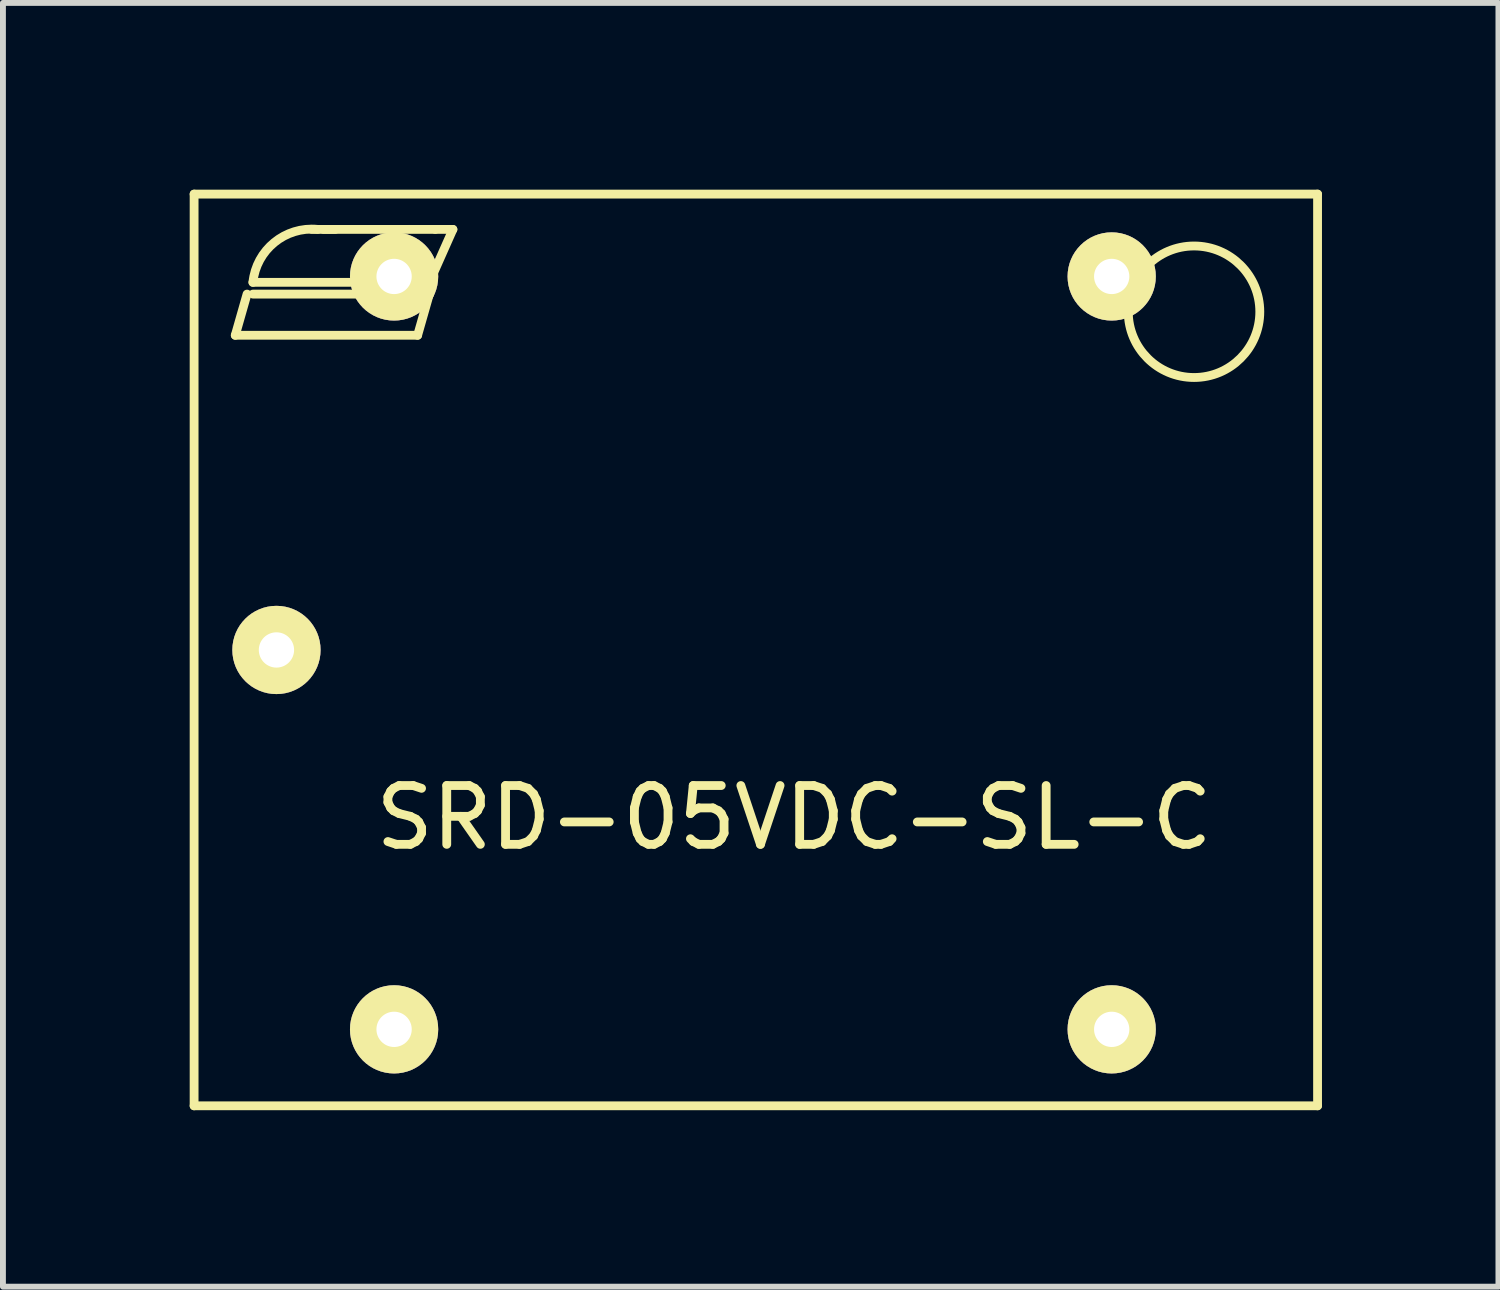
<source format=kicad_pcb>
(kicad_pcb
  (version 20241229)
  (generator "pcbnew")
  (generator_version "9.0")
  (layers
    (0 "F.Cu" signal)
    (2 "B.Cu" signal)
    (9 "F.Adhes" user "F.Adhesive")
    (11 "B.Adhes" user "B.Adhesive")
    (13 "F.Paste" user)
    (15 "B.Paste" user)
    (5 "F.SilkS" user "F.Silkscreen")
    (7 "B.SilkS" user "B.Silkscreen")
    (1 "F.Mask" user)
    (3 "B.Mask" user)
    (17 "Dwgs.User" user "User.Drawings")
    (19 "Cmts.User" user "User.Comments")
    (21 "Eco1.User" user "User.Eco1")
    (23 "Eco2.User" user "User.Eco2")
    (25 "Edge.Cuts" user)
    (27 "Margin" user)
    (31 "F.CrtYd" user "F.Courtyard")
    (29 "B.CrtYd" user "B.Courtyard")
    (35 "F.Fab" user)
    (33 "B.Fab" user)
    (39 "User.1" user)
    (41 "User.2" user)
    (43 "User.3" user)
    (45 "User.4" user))
  (footprint "SRD-05VDC-SL-C"
    (layer "F.Cu")
    (at 0.25 0.25)
    (property "Reference" "SRD-05VDC-SL-C" (at 10.2 10.6 0) (layer "F.SilkS") (effects (font (size 1 1) (thickness 0.15))))
    (attr through_hole)
    (fp_line (start 0 0) (end 19.1 0) (stroke (width 0.15) (type solid)) (layer "F.SilkS"))
    (fp_line (start 0 15.5) (end 0 0) (stroke (width 0.15) (type solid)) (layer "F.SilkS"))
    (fp_line (start 0.7 2.4) (end 3.8 2.4) (stroke (width 0.15) (type solid)) (layer "F.SilkS"))
    (fp_line (start 0.9 1.7) (end 0.7 2.4) (stroke (width 0.15) (type solid)) (layer "F.SilkS"))
    (fp_line (start 1 1.5) (end 3.5 1.5) (stroke (width 0.15) (type solid)) (layer "F.SilkS"))
    (fp_line (start 2.2 0.6) (end 4.1 0.6) (stroke (width 0.15) (type solid)) (layer "F.SilkS"))
    (fp_line (start 2.4 0.6) (end 2 0.6) (stroke (width 0.15) (type solid)) (layer "F.SilkS"))
    (fp_line (start 3.7 1.5) (end 3.3 1.5) (stroke (width 0.15) (type solid)) (layer "F.SilkS"))
    (fp_line (start 3.8 2.4) (end 4 1.7) (stroke (width 0.15) (type solid)) (layer "F.SilkS"))
    (fp_line (start 4 1.5) (end 3.6 1.5) (stroke (width 0.15) (type solid)) (layer "F.SilkS"))
    (fp_line (start 4 1.7) (end 1 1.7) (stroke (width 0.15) (type solid)) (layer "F.SilkS"))
    (fp_line (start 4.1 0.6) (end 4.4 0.6) (stroke (width 0.15) (type solid)) (layer "F.SilkS"))
    (fp_line (start 4.4 0.6) (end 4 1.5) (stroke (width 0.15) (type solid)) (layer "F.SilkS"))
    (fp_line (start 19.1 0) (end 19.1 15.5) (stroke (width 0.15) (type solid)) (layer "F.SilkS"))
    (fp_line (start 19.1 15.5) (end 0 15.5) (stroke (width 0.15) (type solid)) (layer "F.SilkS"))
    (fp_arc (start 1 1.5) (mid 1.363604 0.822183) (end 2.1 0.6) (stroke (width 0.15) (type solid)) (layer "F.SilkS"))
    (fp_circle (center 17 2) (end 18 1.5) (stroke (width 0.15) (type solid)) (fill no) (layer "F.SilkS"))
    (pad "1" thru_hole circle (at 3.4 1.4) (size 1.5 1.5) (drill 0.6) (layers "*.Cu" "*.Mask" "F.SilkS"))
    (pad "2" thru_hole circle (at 1.4 7.75) (size 1.5 1.5) (drill 0.6) (layers "*.Cu" "*.Mask" "F.SilkS"))
    (pad "3" thru_hole circle (at 3.4 14.2) (size 1.5 1.5) (drill 0.6) (layers "*.Cu" "*.Mask" "F.SilkS"))
    (pad "4" thru_hole circle (at 15.6 14.2) (size 1.5 1.5) (drill 0.6) (layers "*.Cu" "*.Mask" "F.SilkS"))
    (pad "5" thru_hole circle (at 15.6 1.4) (size 1.5 1.5) (drill 0.6) (layers "*.Cu" "*.Mask" "F.SilkS")))
  (gr_rect
    (start -3 -3)
    (end 22.425 18.825)
    (stroke (width 0.1) (type default))
    (fill no)
    (layer "Edge.Cuts")))
</source>
